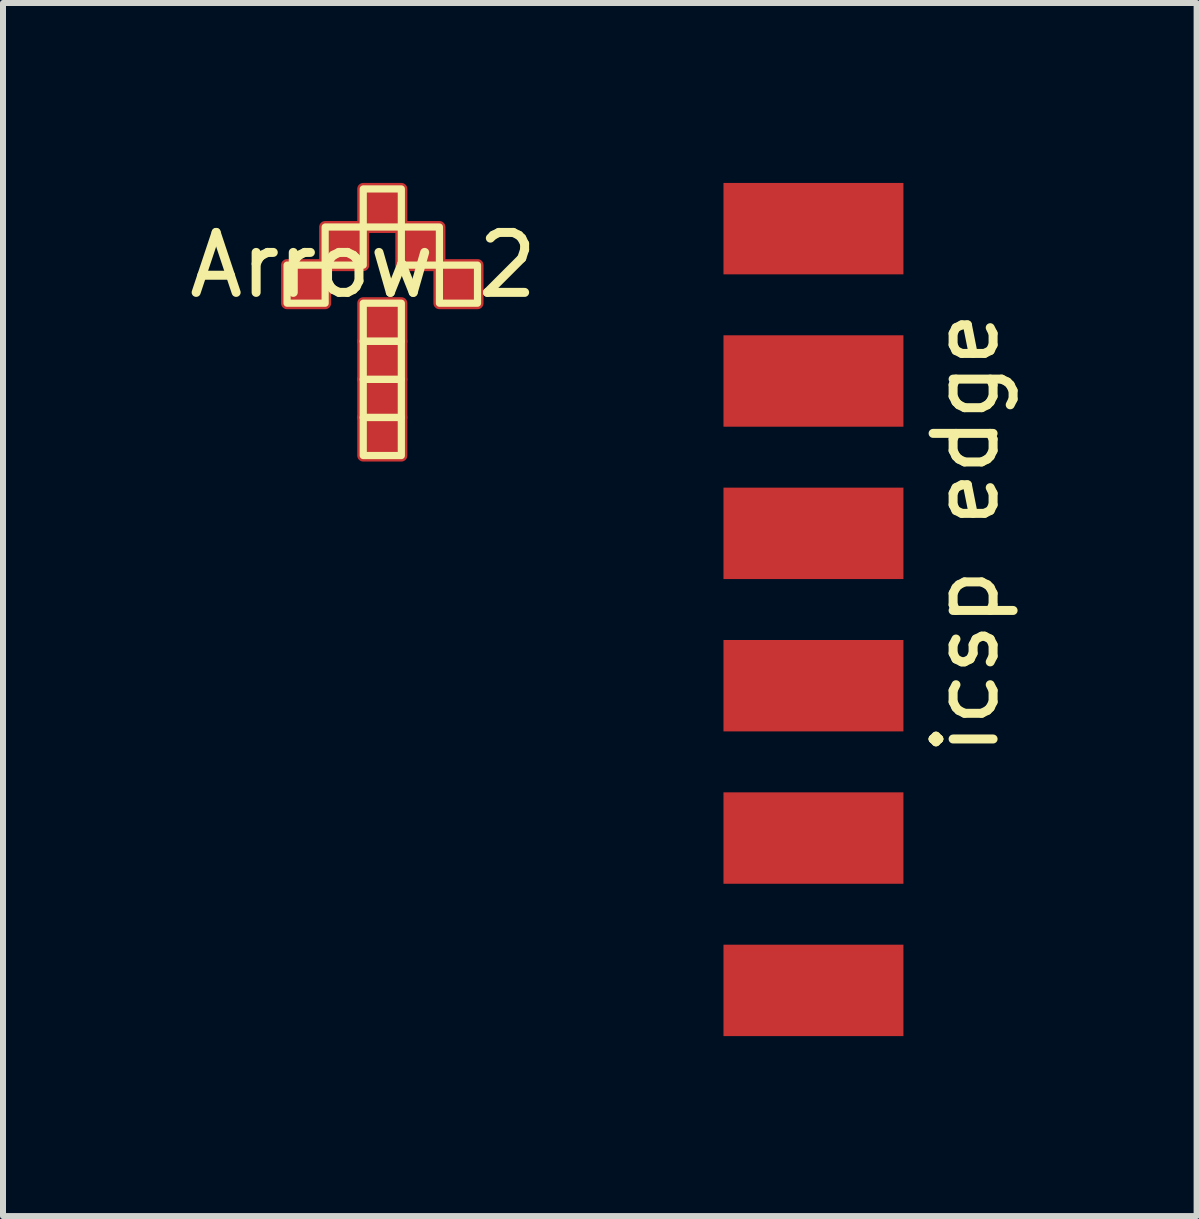
<source format=kicad_pcb>
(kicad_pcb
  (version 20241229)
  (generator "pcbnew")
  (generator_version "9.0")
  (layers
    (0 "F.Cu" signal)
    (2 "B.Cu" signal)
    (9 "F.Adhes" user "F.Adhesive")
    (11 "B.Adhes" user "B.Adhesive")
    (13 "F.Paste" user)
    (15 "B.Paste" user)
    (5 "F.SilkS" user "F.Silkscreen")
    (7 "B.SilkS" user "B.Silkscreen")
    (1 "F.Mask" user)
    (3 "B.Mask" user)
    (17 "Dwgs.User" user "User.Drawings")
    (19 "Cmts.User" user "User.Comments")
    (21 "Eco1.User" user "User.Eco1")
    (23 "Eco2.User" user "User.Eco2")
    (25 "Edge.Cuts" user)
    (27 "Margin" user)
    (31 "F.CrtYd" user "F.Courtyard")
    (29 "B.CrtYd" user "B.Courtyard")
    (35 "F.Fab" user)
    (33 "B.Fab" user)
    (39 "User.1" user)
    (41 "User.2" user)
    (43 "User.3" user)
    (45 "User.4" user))
  (footprint "Arrow 2"
    (layer "F.Cu")
    (at 3.641 2.005)
    (property "Reference" "Arrow 2" (at -0.635 -0.635 0) (unlocked yes) (layer "F.SilkS") (effects (font (size 1 1) (thickness 0.15))))
    (fp_rect (start -1.905 -0.635) (end -1.27 0) (stroke (width 0.2) (type solid)) (fill yes) (layer "F.Cu"))
    (fp_rect (start -1.27 -1.27) (end -0.635 -0.635) (stroke (width 0.2) (type solid)) (fill yes) (layer "F.Cu"))
    (fp_rect (start -0.635 -1.905) (end 0 -1.27) (stroke (width 0.2) (type solid)) (fill yes) (layer "F.Cu"))
    (fp_rect (start -0.635 0) (end 0 0.635) (stroke (width 0.2) (type solid)) (fill yes) (layer "F.Cu"))
    (fp_rect (start -0.635 0.635) (end 0 1.27) (stroke (width 0.2) (type solid)) (fill yes) (layer "F.Cu"))
    (fp_rect (start -0.635 1.27) (end 0 1.905) (stroke (width 0.2) (type solid)) (fill yes) (layer "F.Cu"))
    (fp_rect (start -0.635 1.905) (end 0 2.54) (stroke (width 0.2) (type solid)) (fill yes) (layer "F.Cu"))
    (fp_rect (start 0 -1.27) (end 0.635 -0.635) (stroke (width 0.2) (type solid)) (fill yes) (layer "F.Cu"))
    (fp_rect (start 0.635 -0.635) (end 1.27 0) (stroke (width 0.2) (type solid)) (fill yes) (layer "F.Cu"))
    (fp_rect (start -1.905 -0.635) (end -1.27 0) (stroke (width 0.2) (type solid)) (fill yes) (layer "F.Mask"))
    (fp_rect (start -1.27 -1.27) (end -0.635 -0.635) (stroke (width 0.2) (type solid)) (fill yes) (layer "F.Mask"))
    (fp_rect (start -0.635 -1.905) (end 0 -1.27) (stroke (width 0.2) (type solid)) (fill yes) (layer "F.Mask"))
    (fp_rect (start -0.635 0) (end 0 0.635) (stroke (width 0.2) (type solid)) (fill yes) (layer "F.Mask"))
    (fp_rect (start -0.635 0.635) (end 0 1.27) (stroke (width 0.2) (type solid)) (fill yes) (layer "F.Mask"))
    (fp_rect (start -0.635 1.27) (end 0 1.905) (stroke (width 0.2) (type solid)) (fill yes) (layer "F.Mask"))
    (fp_rect (start -0.635 1.905) (end 0 2.54) (stroke (width 0.2) (type solid)) (fill yes) (layer "F.Mask"))
    (fp_rect (start 0 -1.27) (end 0.635 -0.635) (stroke (width 0.2) (type solid)) (fill yes) (layer "F.Mask"))
    (fp_rect (start 0.635 -0.635) (end 1.27 0) (stroke (width 0.2) (type solid)) (fill yes) (layer "F.Mask"))
    (fp_rect (start -1.905 -0.635) (end -1.27 0) (stroke (width 0.12) (type solid)) (fill no) (layer "F.SilkS"))
    (fp_rect (start -1.27 -1.27) (end -0.635 -0.635) (stroke (width 0.12) (type solid)) (fill no) (layer "F.SilkS"))
    (fp_rect (start -0.635 -1.905) (end 0 -1.27) (stroke (width 0.12) (type solid)) (fill no) (layer "F.SilkS"))
    (fp_rect (start -0.635 0) (end 0 0.635) (stroke (width 0.12) (type solid)) (fill no) (layer "F.SilkS"))
    (fp_rect (start -0.635 0.635) (end 0 1.27) (stroke (width 0.12) (type solid)) (fill no) (layer "F.SilkS"))
    (fp_rect (start -0.635 1.27) (end 0 1.905) (stroke (width 0.12) (type solid)) (fill no) (layer "F.SilkS"))
    (fp_rect (start -0.635 1.905) (end 0 2.54) (stroke (width 0.12) (type solid)) (fill no) (layer "F.SilkS"))
    (fp_rect (start 0 -1.27) (end 0.635 -0.635) (stroke (width 0.12) (type solid)) (fill no) (layer "F.SilkS"))
    (fp_rect (start 0.635 -0.635) (end 1.27 0) (stroke (width 0.12) (type solid)) (fill no) (layer "F.SilkS")))
  (footprint "icsp edge"
    (layer "F.Cu")
    (at 10.512 5.842)
    (property "Reference" "icsp edge" (at 2.54 0 90) (unlocked yes) (layer "F.SilkS") (effects (font (size 1 1) (thickness 0.15))))
    (pad "1" connect rect (at 0 -5.08) (size 3 1.524) (layers "F.Cu" "F.Mask"))
    (pad "2" connect rect (at 0 -2.54) (size 3 1.524) (layers "F.Cu" "F.Mask"))
    (pad "3" connect rect (at 0 0) (size 3 1.524) (layers "F.Cu" "F.Mask"))
    (pad "4" connect rect (at 0 2.54) (size 3 1.524) (layers "F.Cu" "F.Mask"))
    (pad "5" connect rect (at 0 5.08) (size 3 1.524) (layers "F.Cu" "F.Mask"))
    (pad "6" connect rect (at 0 7.62) (size 3 1.524) (layers "F.Cu" "F.Mask")))
  (gr_rect
    (start -3 -3)
    (end 16.9 17.224)
    (stroke (width 0.1) (type default))
    (fill no)
    (layer "Edge.Cuts")))
</source>
